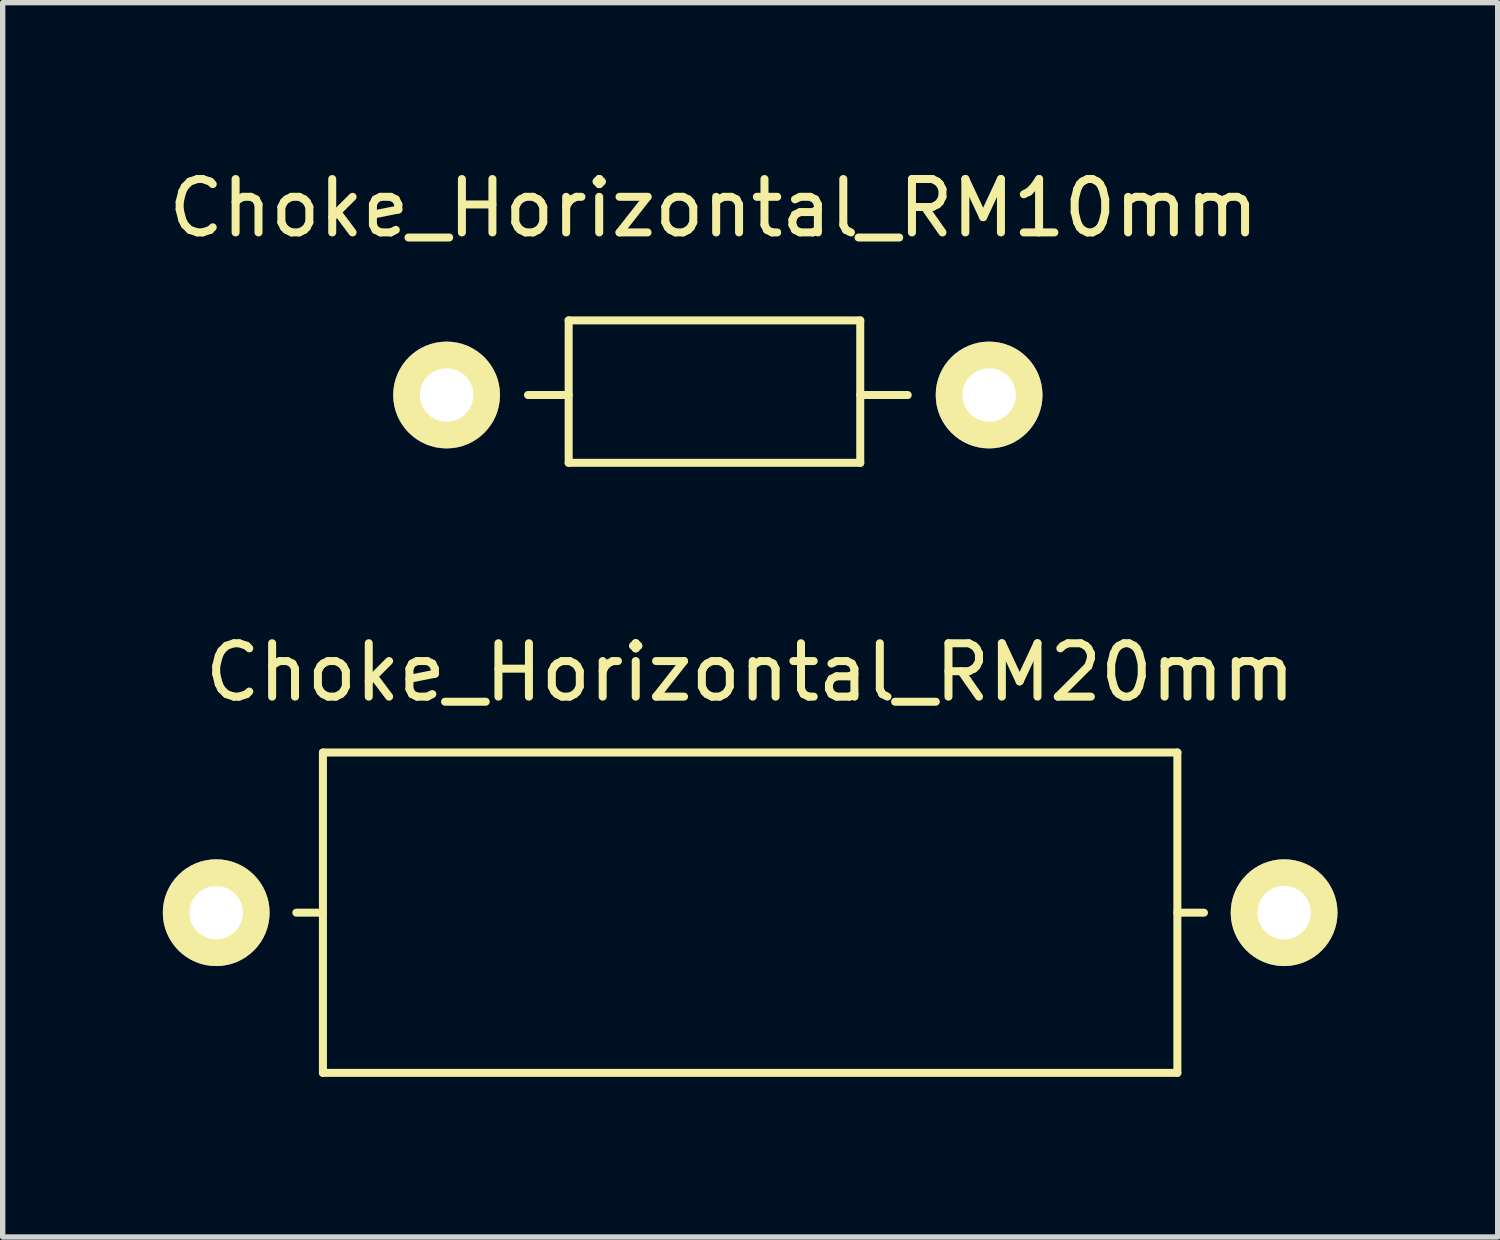
<source format=kicad_pcb>
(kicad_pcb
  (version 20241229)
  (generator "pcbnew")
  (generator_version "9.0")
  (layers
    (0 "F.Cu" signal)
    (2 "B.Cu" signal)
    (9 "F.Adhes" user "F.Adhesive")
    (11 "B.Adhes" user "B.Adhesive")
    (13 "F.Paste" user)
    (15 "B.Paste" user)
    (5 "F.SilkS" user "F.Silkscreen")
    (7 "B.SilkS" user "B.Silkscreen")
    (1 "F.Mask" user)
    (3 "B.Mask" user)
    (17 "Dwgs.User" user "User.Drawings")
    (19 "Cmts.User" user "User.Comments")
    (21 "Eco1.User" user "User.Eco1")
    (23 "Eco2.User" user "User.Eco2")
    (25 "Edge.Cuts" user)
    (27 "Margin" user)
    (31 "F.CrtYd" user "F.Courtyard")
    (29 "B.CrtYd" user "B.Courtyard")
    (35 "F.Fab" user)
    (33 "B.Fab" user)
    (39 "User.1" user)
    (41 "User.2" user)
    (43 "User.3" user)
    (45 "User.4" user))
  (footprint "Choke_Horizontal_RM10mm"
    (layer "F.Cu")
    (at 10.315 4.348)
    (property "Reference" "Choke_Horizontal_RM10mm" (at 0 -3.5 0) (layer "F.SilkS") (effects (font (size 1 1) (thickness 0.15))))
    (attr through_hole)
    (fp_line (start -2.715 -1.397) (end 2.746 -1.397) (stroke (width 0.15) (type solid)) (layer "F.SilkS"))
    (fp_line (start -2.715 0) (end -3.477 0) (stroke (width 0.15) (type solid)) (layer "F.SilkS"))
    (fp_line (start -2.715 1.27) (end -2.715 -1.397) (stroke (width 0.15) (type solid)) (layer "F.SilkS"))
    (fp_line (start 2.746 -1.397) (end 2.746 1.27) (stroke (width 0.15) (type solid)) (layer "F.SilkS"))
    (fp_line (start 2.746 0) (end 3.635 0) (stroke (width 0.15) (type solid)) (layer "F.SilkS"))
    (fp_line (start 2.746 1.27) (end -2.715 1.27) (stroke (width 0.15) (type solid)) (layer "F.SilkS"))
    (pad "1" thru_hole circle (at -5.001 0) (size 1.999 1.999) (drill 1.001) (layers "*.Cu" "*.Mask" "F.SilkS"))
    (pad "2" thru_hole circle (at 5.159 0) (size 1.999 1.999) (drill 1.001) (layers "*.Cu" "*.Mask" "F.SilkS")))
  (footprint "Choke_Horizontal_RM20mm"
    (layer "F.Cu")
    (at 10.999 14.043)
    (property "Reference" "Choke_Horizontal_RM20mm" (at 0 -4.501 0) (layer "F.SilkS") (effects (font (size 1 1) (thickness 0.15))))
    (attr through_hole)
    (fp_line (start -8.001 -3) (end -8.001 3) (stroke (width 0.15) (type solid)) (layer "F.SilkS"))
    (fp_line (start -8.001 0) (end -8.499 0) (stroke (width 0.15) (type solid)) (layer "F.SilkS"))
    (fp_line (start -8.001 3) (end 8.001 3) (stroke (width 0.15) (type solid)) (layer "F.SilkS"))
    (fp_line (start 8.001 -3) (end -8.001 -3) (stroke (width 0.15) (type solid)) (layer "F.SilkS"))
    (fp_line (start 8.001 0) (end 8.499 0) (stroke (width 0.15) (type solid)) (layer "F.SilkS"))
    (fp_line (start 8.001 3) (end 8.001 -3) (stroke (width 0.15) (type solid)) (layer "F.SilkS"))
    (pad "1" thru_hole circle (at -10 0) (size 1.999 1.999) (drill 1.001) (layers "*.Cu" "*.Mask" "F.SilkS"))
    (pad "2" thru_hole circle (at 10 0) (size 1.999 1.999) (drill 1.001) (layers "*.Cu" "*.Mask" "F.SilkS")))
  (gr_rect
    (start -3 -3)
    (end 24.999 20.117)
    (stroke (width 0.1) (type default))
    (fill no)
    (layer "Edge.Cuts")))
</source>
